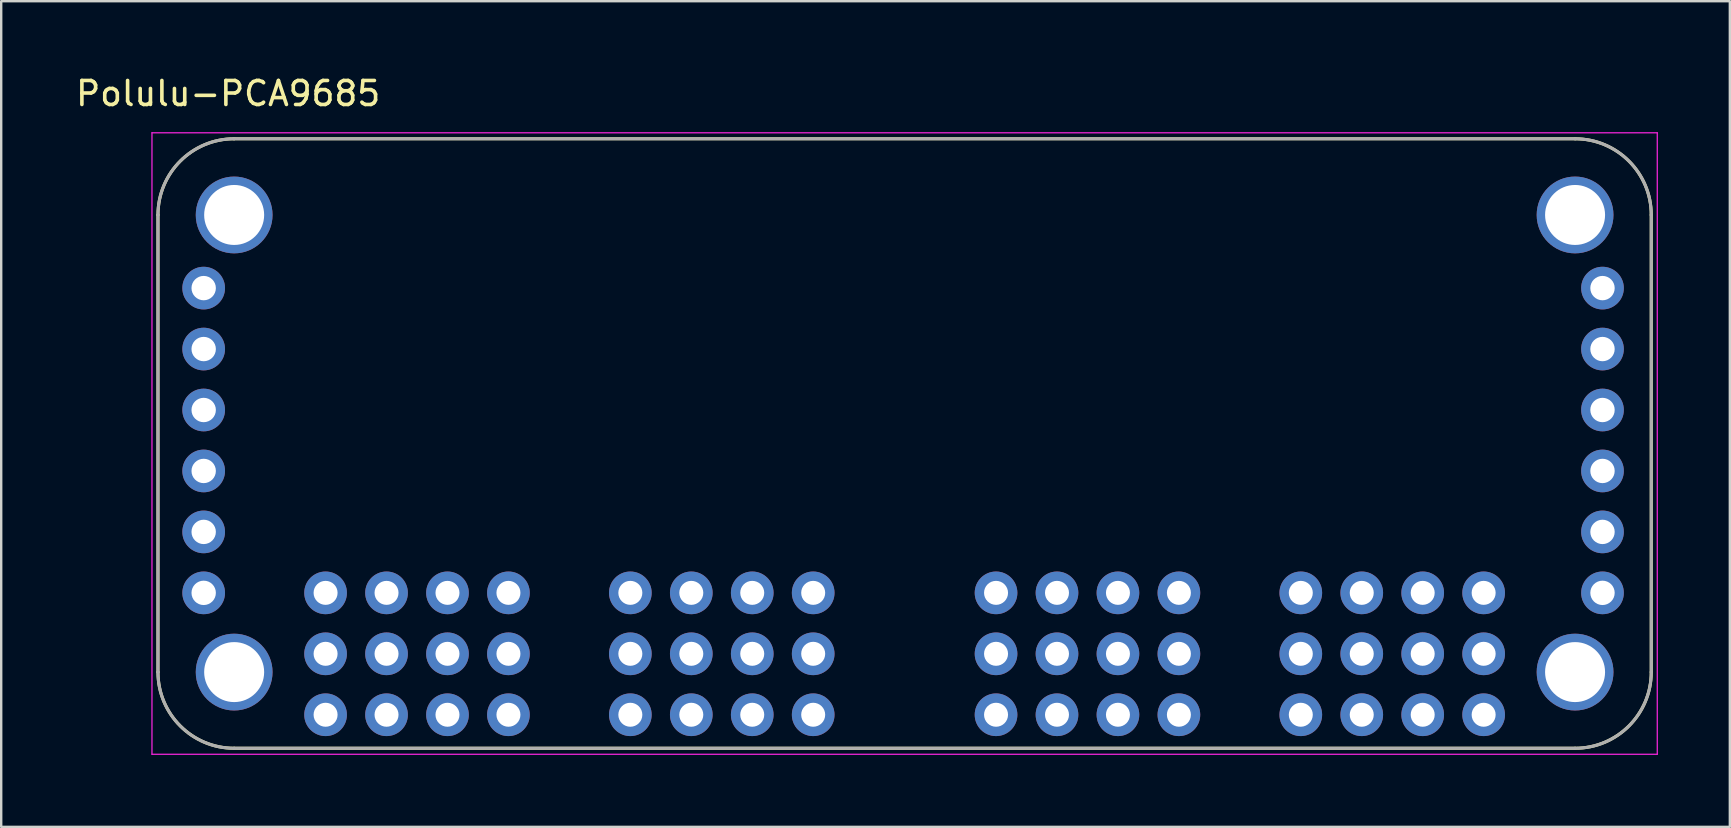
<source format=kicad_pcb>
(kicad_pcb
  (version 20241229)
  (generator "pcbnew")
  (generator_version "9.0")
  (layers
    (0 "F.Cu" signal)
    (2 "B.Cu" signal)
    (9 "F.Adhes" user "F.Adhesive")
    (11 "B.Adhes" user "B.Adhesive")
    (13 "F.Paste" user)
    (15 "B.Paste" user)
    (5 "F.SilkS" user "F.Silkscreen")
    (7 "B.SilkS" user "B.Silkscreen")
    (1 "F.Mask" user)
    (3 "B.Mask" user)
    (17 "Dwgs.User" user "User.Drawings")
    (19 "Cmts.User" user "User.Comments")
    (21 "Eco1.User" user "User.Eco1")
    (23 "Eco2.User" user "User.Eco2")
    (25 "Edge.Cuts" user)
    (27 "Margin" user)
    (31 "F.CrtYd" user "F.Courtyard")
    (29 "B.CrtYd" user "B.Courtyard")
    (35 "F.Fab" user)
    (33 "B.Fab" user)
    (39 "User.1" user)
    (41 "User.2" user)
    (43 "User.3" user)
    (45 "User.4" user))
  (footprint "Polulu-PCA9685"
    (layer "F.Cu")
    (at 34.648 15.433)
    (property "Reference" "Polulu-PCA9685" (at -28.19 -14.585 0) (layer "F.SilkS") (effects (font (size 1 1) (thickness 0.15))))
    (attr through_hole)
    (fp_line (start -31.115 9.525) (end -31.115 -9.525) (stroke (width 0.127) (type solid)) (layer "F.SilkS"))
    (fp_line (start -27.94 -12.7) (end 27.94 -12.7) (stroke (width 0.127) (type solid)) (layer "F.SilkS"))
    (fp_line (start 27.94 12.7) (end -27.94 12.7) (stroke (width 0.127) (type solid)) (layer "F.SilkS"))
    (fp_line (start 31.115 -9.525) (end 31.115 9.525) (stroke (width 0.127) (type solid)) (layer "F.SilkS"))
    (fp_arc (start -31.115 -9.525) (mid -30.185064 -11.770064) (end -27.94 -12.7) (stroke (width 0.127) (type solid)) (layer "F.SilkS"))
    (fp_arc (start -27.94 12.7) (mid -30.185064 11.770064) (end -31.115 9.525) (stroke (width 0.127) (type solid)) (layer "F.SilkS"))
    (fp_arc (start 27.94 -12.7) (mid 30.185064 -11.770064) (end 31.115 -9.525) (stroke (width 0.127) (type solid)) (layer "F.SilkS"))
    (fp_arc (start 31.115 9.525) (mid 30.185064 11.770064) (end 27.94 12.7) (stroke (width 0.127) (type solid)) (layer "F.SilkS"))
    (fp_line (start -31.365 -12.95) (end -31.365 12.95) (stroke (width 0.05) (type solid)) (layer "F.CrtYd"))
    (fp_line (start -31.365 12.95) (end 31.365 12.95) (stroke (width 0.05) (type solid)) (layer "F.CrtYd"))
    (fp_line (start 31.365 -12.95) (end -31.365 -12.95) (stroke (width 0.05) (type solid)) (layer "F.CrtYd"))
    (fp_line (start 31.365 12.95) (end 31.365 -12.95) (stroke (width 0.05) (type solid)) (layer "F.CrtYd"))
    (fp_line (start -31.115 9.525) (end -31.115 -9.525) (stroke (width 0.127) (type solid)) (layer "F.Fab"))
    (fp_line (start -27.94 -12.7) (end 27.94 -12.7) (stroke (width 0.127) (type solid)) (layer "F.Fab"))
    (fp_line (start 27.94 12.7) (end -27.94 12.7) (stroke (width 0.127) (type solid)) (layer "F.Fab"))
    (fp_line (start 31.115 -9.525) (end 31.115 9.525) (stroke (width 0.127) (type solid)) (layer "F.Fab"))
    (fp_arc (start -31.115 -9.525) (mid -30.185064 -11.770064) (end -27.94 -12.7) (stroke (width 0.127) (type solid)) (layer "F.Fab"))
    (fp_arc (start -27.94 12.7) (mid -30.185064 11.770064) (end -31.115 9.525) (stroke (width 0.127) (type solid)) (layer "F.Fab"))
    (fp_arc (start 27.94 -12.7) (mid 30.185064 -11.770064) (end 31.115 -9.525) (stroke (width 0.127) (type solid)) (layer "F.Fab"))
    (fp_arc (start 31.115 9.525) (mid 30.185064 11.770064) (end 27.94 12.7) (stroke (width 0.127) (type solid)) (layer "F.Fab"))
    (pad "0" thru_hole circle (at -24.13 6.223) (size 1.778 1.778) (drill 1) (layers "*.Cu" "*.Mask"))
    (pad "1" thru_hole circle (at -21.59 6.223) (size 1.778 1.778) (drill 1) (layers "*.Cu" "*.Mask"))
    (pad "2" thru_hole circle (at -19.05 6.223) (size 1.778 1.778) (drill 1) (layers "*.Cu" "*.Mask"))
    (pad "3" thru_hole circle (at -16.51 6.223) (size 1.778 1.778) (drill 1) (layers "*.Cu" "*.Mask"))
    (pad "4" thru_hole circle (at -11.43 6.223) (size 1.778 1.778) (drill 1) (layers "*.Cu" "*.Mask"))
    (pad "5" thru_hole circle (at -8.89 6.223) (size 1.778 1.778) (drill 1) (layers "*.Cu" "*.Mask"))
    (pad "6" thru_hole circle (at -6.35 6.223) (size 1.778 1.778) (drill 1) (layers "*.Cu" "*.Mask"))
    (pad "7" thru_hole circle (at -3.81 6.223) (size 1.778 1.778) (drill 1) (layers "*.Cu" "*.Mask"))
    (pad "8" thru_hole circle (at 3.81 6.223) (size 1.778 1.778) (drill 1) (layers "*.Cu" "*.Mask"))
    (pad "9" thru_hole circle (at 6.35 6.223) (size 1.778 1.778) (drill 1) (layers "*.Cu" "*.Mask"))
    (pad "10" thru_hole circle (at 8.89 6.223) (size 1.778 1.778) (drill 1) (layers "*.Cu" "*.Mask"))
    (pad "11" thru_hole circle (at 11.43 6.223) (size 1.778 1.778) (drill 1) (layers "*.Cu" "*.Mask"))
    (pad "12" thru_hole circle (at 16.51 6.223) (size 1.778 1.778) (drill 1) (layers "*.Cu" "*.Mask"))
    (pad "13" thru_hole circle (at 19.05 6.223) (size 1.778 1.778) (drill 1) (layers "*.Cu" "*.Mask"))
    (pad "14" thru_hole circle (at 21.59 6.223) (size 1.778 1.778) (drill 1) (layers "*.Cu" "*.Mask"))
    (pad "15" thru_hole circle (at 24.13 6.223) (size 1.778 1.778) (drill 1) (layers "*.Cu" "*.Mask"))
    (pad "GND" thru_hole circle (at -29.21 -6.477) (size 1.778 1.778) (drill 1.016) (layers "*.Cu" "*.Mask"))
    (pad "GND" thru_hole circle (at -24.13 11.303) (size 1.778 1.778) (drill 1) (layers "*.Cu" "*.Mask"))
    (pad "GND" thru_hole circle (at -21.59 11.303) (size 1.778 1.778) (drill 1) (layers "*.Cu" "*.Mask"))
    (pad "GND" thru_hole circle (at -19.05 11.303) (size 1.778 1.778) (drill 1) (layers "*.Cu" "*.Mask"))
    (pad "GND" thru_hole circle (at -16.51 11.303) (size 1.778 1.778) (drill 1) (layers "*.Cu" "*.Mask"))
    (pad "GND" thru_hole circle (at -11.43 11.303) (size 1.778 1.778) (drill 1) (layers "*.Cu" "*.Mask"))
    (pad "GND" thru_hole circle (at -8.89 11.303) (size 1.778 1.778) (drill 1) (layers "*.Cu" "*.Mask"))
    (pad "GND" thru_hole circle (at -6.35 11.303) (size 1.778 1.778) (drill 1) (layers "*.Cu" "*.Mask"))
    (pad "GND" thru_hole circle (at -3.81 11.303) (size 1.778 1.778) (drill 1) (layers "*.Cu" "*.Mask"))
    (pad "GND" thru_hole circle (at 3.81 11.303) (size 1.778 1.778) (drill 1) (layers "*.Cu" "*.Mask"))
    (pad "GND" thru_hole circle (at 6.35 11.303) (size 1.778 1.778) (drill 1) (layers "*.Cu" "*.Mask"))
    (pad "GND" thru_hole circle (at 8.89 11.303) (size 1.778 1.778) (drill 1) (layers "*.Cu" "*.Mask"))
    (pad "GND" thru_hole circle (at 11.43 11.303) (size 1.778 1.778) (drill 1) (layers "*.Cu" "*.Mask"))
    (pad "GND" thru_hole circle (at 16.51 11.303) (size 1.778 1.778) (drill 1) (layers "*.Cu" "*.Mask"))
    (pad "GND" thru_hole circle (at 19.05 11.303) (size 1.778 1.778) (drill 1) (layers "*.Cu" "*.Mask"))
    (pad "GND" thru_hole circle (at 21.59 11.303) (size 1.778 1.778) (drill 1) (layers "*.Cu" "*.Mask"))
    (pad "GND" thru_hole circle (at 24.13 11.303) (size 1.778 1.778) (drill 1) (layers "*.Cu" "*.Mask"))
    (pad "GND" thru_hole circle (at 29.083 -6.477) (size 1.778 1.778) (drill 1.016) (layers "*.Cu" "*.Mask"))
    (pad "OE" thru_hole circle (at -29.21 -3.937) (size 1.778 1.778) (drill 1.016) (layers "*.Cu" "*.Mask"))
    (pad "OE" thru_hole circle (at 29.083 -3.937) (size 1.778 1.778) (drill 1.016) (layers "*.Cu" "*.Mask"))
    (pad "S1" thru_hole circle (at -27.94 -9.525) (size 3.2 3.2) (drill 2.5) (layers "*.Cu" "*.Mask"))
    (pad "S2" thru_hole circle (at 27.94 -9.525) (size 3.2 3.2) (drill 2.5) (layers "*.Cu" "*.Mask"))
    (pad "S3" thru_hole circle (at -27.94 9.525) (size 3.2 3.2) (drill 2.5) (layers "*.Cu" "*.Mask"))
    (pad "S4" thru_hole circle (at 27.94 9.525) (size 3.2 3.2) (drill 2.5) (layers "*.Cu" "*.Mask"))
    (pad "SCL" thru_hole circle (at -29.21 -1.397) (size 1.778 1.778) (drill 1.016) (layers "*.Cu" "*.Mask"))
    (pad "SCL" thru_hole circle (at 29.083 -1.397) (size 1.778 1.778) (drill 1.016) (layers "*.Cu" "*.Mask"))
    (pad "SDA" thru_hole circle (at -29.21 1.143) (size 1.778 1.778) (drill 1.016) (layers "*.Cu" "*.Mask"))
    (pad "SDA" thru_hole circle (at 29.083 1.143) (size 1.778 1.778) (drill 1.016) (layers "*.Cu" "*.Mask"))
    (pad "V+" thru_hole circle (at -29.21 6.223) (size 1.778 1.778) (drill 1.016) (layers "*.Cu" "*.Mask"))
    (pad "V+" thru_hole circle (at -24.13 8.763) (size 1.778 1.778) (drill 1) (layers "*.Cu" "*.Mask"))
    (pad "V+" thru_hole circle (at -21.59 8.763) (size 1.778 1.778) (drill 1) (layers "*.Cu" "*.Mask"))
    (pad "V+" thru_hole circle (at -19.05 8.763) (size 1.778 1.778) (drill 1) (layers "*.Cu" "*.Mask"))
    (pad "V+" thru_hole circle (at -16.51 8.763) (size 1.778 1.778) (drill 1) (layers "*.Cu" "*.Mask"))
    (pad "V+" thru_hole circle (at -11.43 8.763) (size 1.778 1.778) (drill 1) (layers "*.Cu" "*.Mask"))
    (pad "V+" thru_hole circle (at -8.89 8.763) (size 1.778 1.778) (drill 1) (layers "*.Cu" "*.Mask"))
    (pad "V+" thru_hole circle (at -6.35 8.763) (size 1.778 1.778) (drill 1) (layers "*.Cu" "*.Mask"))
    (pad "V+" thru_hole circle (at -3.81 8.763) (size 1.778 1.778) (drill 1) (layers "*.Cu" "*.Mask"))
    (pad "V+" thru_hole circle (at 3.81 8.763) (size 1.778 1.778) (drill 1) (layers "*.Cu" "*.Mask"))
    (pad "V+" thru_hole circle (at 6.35 8.763) (size 1.778 1.778) (drill 1) (layers "*.Cu" "*.Mask"))
    (pad "V+" thru_hole circle (at 8.89 8.763) (size 1.778 1.778) (drill 1) (layers "*.Cu" "*.Mask"))
    (pad "V+" thru_hole circle (at 11.43 8.763) (size 1.778 1.778) (drill 1) (layers "*.Cu" "*.Mask"))
    (pad "V+" thru_hole circle (at 16.51 8.763) (size 1.778 1.778) (drill 1) (layers "*.Cu" "*.Mask"))
    (pad "V+" thru_hole circle (at 19.05 8.763) (size 1.778 1.778) (drill 1) (layers "*.Cu" "*.Mask"))
    (pad "V+" thru_hole circle (at 21.59 8.763) (size 1.778 1.778) (drill 1) (layers "*.Cu" "*.Mask"))
    (pad "V+" thru_hole circle (at 24.13 8.763) (size 1.778 1.778) (drill 1) (layers "*.Cu" "*.Mask"))
    (pad "V+" thru_hole circle (at 29.083 6.223) (size 1.778 1.778) (drill 1.016) (layers "*.Cu" "*.Mask"))
    (pad "VCC" thru_hole circle (at -29.21 3.683) (size 1.778 1.778) (drill 1.016) (layers "*.Cu" "*.Mask"))
    (pad "VCC" thru_hole circle (at 29.083 3.683) (size 1.778 1.778) (drill 1.016) (layers "*.Cu" "*.Mask")))
  (gr_rect
    (start -3 -3)
    (end 69.038 31.408)
    (stroke (width 0.1) (type default))
    (fill no)
    (layer "Edge.Cuts")))
</source>
